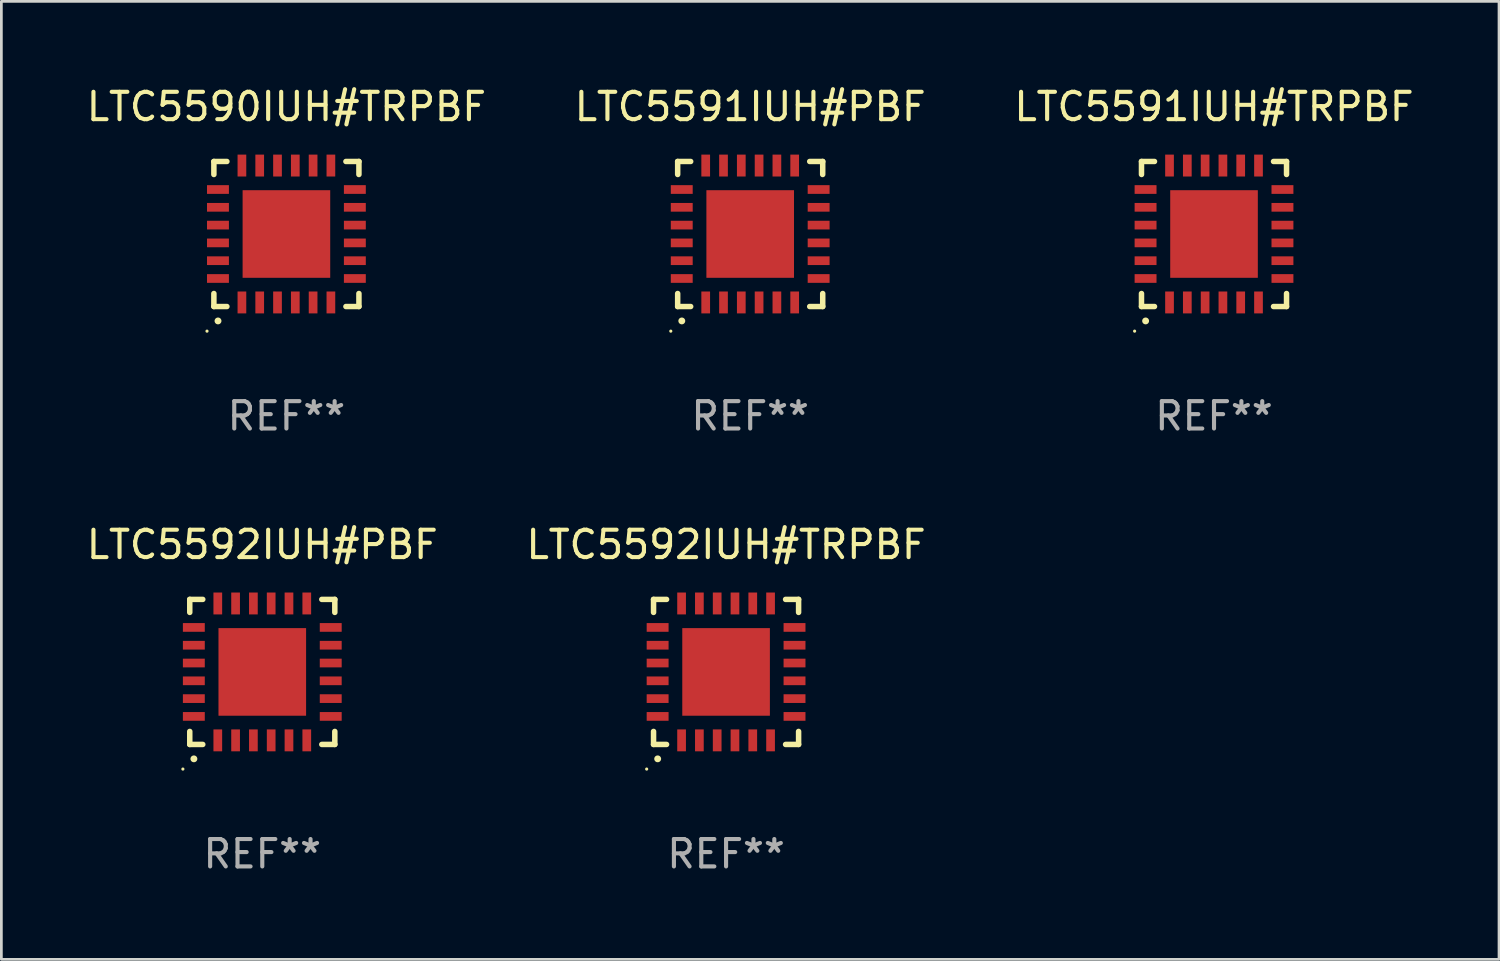
<source format=kicad_pcb>
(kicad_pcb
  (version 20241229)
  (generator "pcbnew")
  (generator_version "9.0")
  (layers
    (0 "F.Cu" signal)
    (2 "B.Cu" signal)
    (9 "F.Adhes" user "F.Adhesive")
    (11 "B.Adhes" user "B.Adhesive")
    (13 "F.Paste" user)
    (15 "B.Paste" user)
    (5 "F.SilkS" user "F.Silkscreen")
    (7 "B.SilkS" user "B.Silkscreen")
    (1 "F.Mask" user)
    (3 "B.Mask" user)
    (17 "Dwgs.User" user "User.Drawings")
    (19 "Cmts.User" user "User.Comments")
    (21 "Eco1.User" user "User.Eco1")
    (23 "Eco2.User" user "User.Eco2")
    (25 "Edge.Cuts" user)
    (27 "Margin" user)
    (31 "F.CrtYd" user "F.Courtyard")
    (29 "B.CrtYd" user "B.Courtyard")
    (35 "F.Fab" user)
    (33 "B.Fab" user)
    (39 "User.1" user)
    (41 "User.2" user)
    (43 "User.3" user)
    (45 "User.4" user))
  (footprint "LTC5591IUH#TRPBF"
    (layer "F.Cu")
    (at 41.292 5.497)
    (property "Reference" "LTC5591IUH#TRPBF" (at 0 -4.649 0) (layer "F.SilkS") (effects (font (size 1 1) (thickness 0.15))))
    (attr through_hole)
    (fp_line (start -2.649 -2.649) (end -2.649 -2.174) (stroke (width 0.201) (type solid)) (layer "F.SilkS"))
    (fp_line (start -2.649 2.649) (end -2.649 2.174) (stroke (width 0.201) (type solid)) (layer "F.SilkS"))
    (fp_line (start -2.174 -2.649) (end -2.649 -2.649) (stroke (width 0.201) (type solid)) (layer "F.SilkS"))
    (fp_line (start -2.174 2.649) (end -2.649 2.649) (stroke (width 0.201) (type solid)) (layer "F.SilkS"))
    (fp_line (start 2.649 -2.649) (end 2.174 -2.649) (stroke (width 0.201) (type solid)) (layer "F.SilkS"))
    (fp_line (start 2.649 -2.174) (end 2.649 -2.649) (stroke (width 0.201) (type solid)) (layer "F.SilkS"))
    (fp_line (start 2.649 2.174) (end 2.649 2.649) (stroke (width 0.201) (type solid)) (layer "F.SilkS"))
    (fp_line (start 2.649 2.649) (end 2.174 2.649) (stroke (width 0.201) (type solid)) (layer "F.SilkS"))
    (fp_arc (start -2.499365 3.175006) (mid -2.498095 3.175) (end -2.496825 3.175006) (stroke (width 0.24892) (type solid)) (layer "F.SilkS"))
    (fp_circle (center -2.9 3.548) (end -2.87 3.548) (stroke (width 0.06) (type solid)) (fill no) (layer "F.SilkS"))
    (fp_text user "REF**" (at 0 6.649 0) (layer "F.Fab") (effects (font (size 1 1) (thickness 0.15))))
    (pad "1" smd rect (at -1.625 2.5 180) (size 0.318 0.8) (layers "F.Cu" "F.Mask" "F.Paste"))
    (pad "2" smd rect (at -0.975 2.5 180) (size 0.318 0.8) (layers "F.Cu" "F.Mask" "F.Paste"))
    (pad "3" smd rect (at -0.325 2.5 180) (size 0.318 0.8) (layers "F.Cu" "F.Mask" "F.Paste"))
    (pad "4" smd rect (at 0.325 2.5 180) (size 0.318 0.8) (layers "F.Cu" "F.Mask" "F.Paste"))
    (pad "5" smd rect (at 0.975 2.5 180) (size 0.318 0.8) (layers "F.Cu" "F.Mask" "F.Paste"))
    (pad "6" smd rect (at 1.625 2.5 180) (size 0.318 0.8) (layers "F.Cu" "F.Mask" "F.Paste"))
    (pad "7" smd rect (at 2.5 1.625 90) (size 0.318 0.8) (layers "F.Cu" "F.Mask" "F.Paste"))
    (pad "8" smd rect (at 2.5 0.975 90) (size 0.318 0.8) (layers "F.Cu" "F.Mask" "F.Paste"))
    (pad "9" smd rect (at 2.5 0.325 90) (size 0.318 0.8) (layers "F.Cu" "F.Mask" "F.Paste"))
    (pad "10" smd rect (at 2.5 -0.325 90) (size 0.318 0.8) (layers "F.Cu" "F.Mask" "F.Paste"))
    (pad "11" smd rect (at 2.5 -0.975 90) (size 0.318 0.8) (layers "F.Cu" "F.Mask" "F.Paste"))
    (pad "12" smd rect (at 2.5 -1.625 90) (size 0.318 0.8) (layers "F.Cu" "F.Mask" "F.Paste"))
    (pad "13" smd rect (at 1.625 -2.5 180) (size 0.318 0.8) (layers "F.Cu" "F.Mask" "F.Paste"))
    (pad "14" smd rect (at 0.975 -2.5 180) (size 0.318 0.8) (layers "F.Cu" "F.Mask" "F.Paste"))
    (pad "15" smd rect (at 0.325 -2.5 180) (size 0.318 0.8) (layers "F.Cu" "F.Mask" "F.Paste"))
    (pad "16" smd rect (at -0.325 -2.5 180) (size 0.318 0.8) (layers "F.Cu" "F.Mask" "F.Paste"))
    (pad "17" smd rect (at -0.975 -2.5 180) (size 0.318 0.8) (layers "F.Cu" "F.Mask" "F.Paste"))
    (pad "18" smd rect (at -1.625 -2.5 180) (size 0.318 0.8) (layers "F.Cu" "F.Mask" "F.Paste"))
    (pad "19" smd rect (at -2.5 -1.625 90) (size 0.318 0.8) (layers "F.Cu" "F.Mask" "F.Paste"))
    (pad "20" smd rect (at -2.5 -0.975 90) (size 0.318 0.8) (layers "F.Cu" "F.Mask" "F.Paste"))
    (pad "21" smd rect (at -2.5 -0.325 90) (size 0.318 0.8) (layers "F.Cu" "F.Mask" "F.Paste"))
    (pad "22" smd rect (at -2.5 0.325 90) (size 0.318 0.8) (layers "F.Cu" "F.Mask" "F.Paste"))
    (pad "23" smd rect (at -2.5 0.975 90) (size 0.318 0.8) (layers "F.Cu" "F.Mask" "F.Paste"))
    (pad "24" smd rect (at -2.5 1.625 90) (size 0.318 0.8) (layers "F.Cu" "F.Mask" "F.Paste"))
    (pad "25" smd rect (at 0.000229 0.000025 90) (size 3.2 3.2) (layers "F.Cu" "F.Mask" "F.Paste")))
  (footprint "LTC5592IUH#TRPBF"
    (layer "F.Cu")
    (at 23.47 21.492)
    (property "Reference" "LTC5592IUH#TRPBF" (at 0 -4.649 0) (layer "F.SilkS") (effects (font (size 1 1) (thickness 0.15))))
    (attr through_hole)
    (fp_line (start -2.649 -2.649) (end -2.649 -2.174) (stroke (width 0.201) (type solid)) (layer "F.SilkS"))
    (fp_line (start -2.649 2.649) (end -2.649 2.174) (stroke (width 0.201) (type solid)) (layer "F.SilkS"))
    (fp_line (start -2.174 -2.649) (end -2.649 -2.649) (stroke (width 0.201) (type solid)) (layer "F.SilkS"))
    (fp_line (start -2.174 2.649) (end -2.649 2.649) (stroke (width 0.201) (type solid)) (layer "F.SilkS"))
    (fp_line (start 2.649 -2.649) (end 2.174 -2.649) (stroke (width 0.201) (type solid)) (layer "F.SilkS"))
    (fp_line (start 2.649 -2.174) (end 2.649 -2.649) (stroke (width 0.201) (type solid)) (layer "F.SilkS"))
    (fp_line (start 2.649 2.174) (end 2.649 2.649) (stroke (width 0.201) (type solid)) (layer "F.SilkS"))
    (fp_line (start 2.649 2.649) (end 2.174 2.649) (stroke (width 0.201) (type solid)) (layer "F.SilkS"))
    (fp_arc (start -2.499365 3.175006) (mid -2.498095 3.175) (end -2.496825 3.175006) (stroke (width 0.24892) (type solid)) (layer "F.SilkS"))
    (fp_circle (center -2.9 3.548) (end -2.87 3.548) (stroke (width 0.06) (type solid)) (fill no) (layer "F.SilkS"))
    (fp_text user "REF**" (at 0 6.649 0) (layer "F.Fab") (effects (font (size 1 1) (thickness 0.15))))
    (pad "1" smd rect (at -1.625 2.5 180) (size 0.318 0.8) (layers "F.Cu" "F.Mask" "F.Paste"))
    (pad "2" smd rect (at -0.975 2.5 180) (size 0.318 0.8) (layers "F.Cu" "F.Mask" "F.Paste"))
    (pad "3" smd rect (at -0.325 2.5 180) (size 0.318 0.8) (layers "F.Cu" "F.Mask" "F.Paste"))
    (pad "4" smd rect (at 0.325 2.5 180) (size 0.318 0.8) (layers "F.Cu" "F.Mask" "F.Paste"))
    (pad "5" smd rect (at 0.975 2.5 180) (size 0.318 0.8) (layers "F.Cu" "F.Mask" "F.Paste"))
    (pad "6" smd rect (at 1.625 2.5 180) (size 0.318 0.8) (layers "F.Cu" "F.Mask" "F.Paste"))
    (pad "7" smd rect (at 2.5 1.625 90) (size 0.318 0.8) (layers "F.Cu" "F.Mask" "F.Paste"))
    (pad "8" smd rect (at 2.5 0.975 90) (size 0.318 0.8) (layers "F.Cu" "F.Mask" "F.Paste"))
    (pad "9" smd rect (at 2.5 0.325 90) (size 0.318 0.8) (layers "F.Cu" "F.Mask" "F.Paste"))
    (pad "10" smd rect (at 2.5 -0.325 90) (size 0.318 0.8) (layers "F.Cu" "F.Mask" "F.Paste"))
    (pad "11" smd rect (at 2.5 -0.975 90) (size 0.318 0.8) (layers "F.Cu" "F.Mask" "F.Paste"))
    (pad "12" smd rect (at 2.5 -1.625 90) (size 0.318 0.8) (layers "F.Cu" "F.Mask" "F.Paste"))
    (pad "13" smd rect (at 1.625 -2.5 180) (size 0.318 0.8) (layers "F.Cu" "F.Mask" "F.Paste"))
    (pad "14" smd rect (at 0.975 -2.5 180) (size 0.318 0.8) (layers "F.Cu" "F.Mask" "F.Paste"))
    (pad "15" smd rect (at 0.325 -2.5 180) (size 0.318 0.8) (layers "F.Cu" "F.Mask" "F.Paste"))
    (pad "16" smd rect (at -0.325 -2.5 180) (size 0.318 0.8) (layers "F.Cu" "F.Mask" "F.Paste"))
    (pad "17" smd rect (at -0.975 -2.5 180) (size 0.318 0.8) (layers "F.Cu" "F.Mask" "F.Paste"))
    (pad "18" smd rect (at -1.625 -2.5 180) (size 0.318 0.8) (layers "F.Cu" "F.Mask" "F.Paste"))
    (pad "19" smd rect (at -2.5 -1.625 90) (size 0.318 0.8) (layers "F.Cu" "F.Mask" "F.Paste"))
    (pad "20" smd rect (at -2.5 -0.975 90) (size 0.318 0.8) (layers "F.Cu" "F.Mask" "F.Paste"))
    (pad "21" smd rect (at -2.5 -0.325 90) (size 0.318 0.8) (layers "F.Cu" "F.Mask" "F.Paste"))
    (pad "22" smd rect (at -2.5 0.325 90) (size 0.318 0.8) (layers "F.Cu" "F.Mask" "F.Paste"))
    (pad "23" smd rect (at -2.5 0.975 90) (size 0.318 0.8) (layers "F.Cu" "F.Mask" "F.Paste"))
    (pad "24" smd rect (at -2.5 1.625 90) (size 0.318 0.8) (layers "F.Cu" "F.Mask" "F.Paste"))
    (pad "25" smd rect (at 0.000229 0.000025 90) (size 3.2 3.2) (layers "F.Cu" "F.Mask" "F.Paste")))
  (footprint "LTC5591IUH#PBF"
    (layer "F.Cu")
    (at 24.351 5.497)
    (property "Reference" "LTC5591IUH#PBF" (at 0 -4.649 0) (layer "F.SilkS") (effects (font (size 1 1) (thickness 0.15))))
    (attr through_hole)
    (fp_line (start -2.649 -2.649) (end -2.649 -2.174) (stroke (width 0.201) (type solid)) (layer "F.SilkS"))
    (fp_line (start -2.649 2.649) (end -2.649 2.174) (stroke (width 0.201) (type solid)) (layer "F.SilkS"))
    (fp_line (start -2.174 -2.649) (end -2.649 -2.649) (stroke (width 0.201) (type solid)) (layer "F.SilkS"))
    (fp_line (start -2.174 2.649) (end -2.649 2.649) (stroke (width 0.201) (type solid)) (layer "F.SilkS"))
    (fp_line (start 2.649 -2.649) (end 2.174 -2.649) (stroke (width 0.201) (type solid)) (layer "F.SilkS"))
    (fp_line (start 2.649 -2.174) (end 2.649 -2.649) (stroke (width 0.201) (type solid)) (layer "F.SilkS"))
    (fp_line (start 2.649 2.174) (end 2.649 2.649) (stroke (width 0.201) (type solid)) (layer "F.SilkS"))
    (fp_line (start 2.649 2.649) (end 2.174 2.649) (stroke (width 0.201) (type solid)) (layer "F.SilkS"))
    (fp_arc (start -2.499365 3.175006) (mid -2.498095 3.175) (end -2.496825 3.175006) (stroke (width 0.24892) (type solid)) (layer "F.SilkS"))
    (fp_circle (center -2.9 3.548) (end -2.87 3.548) (stroke (width 0.06) (type solid)) (fill no) (layer "F.SilkS"))
    (fp_text user "REF**" (at 0 6.649 0) (layer "F.Fab") (effects (font (size 1 1) (thickness 0.15))))
    (pad "1" smd rect (at -1.625 2.5 180) (size 0.318 0.8) (layers "F.Cu" "F.Mask" "F.Paste"))
    (pad "2" smd rect (at -0.975 2.5 180) (size 0.318 0.8) (layers "F.Cu" "F.Mask" "F.Paste"))
    (pad "3" smd rect (at -0.325 2.5 180) (size 0.318 0.8) (layers "F.Cu" "F.Mask" "F.Paste"))
    (pad "4" smd rect (at 0.325 2.5 180) (size 0.318 0.8) (layers "F.Cu" "F.Mask" "F.Paste"))
    (pad "5" smd rect (at 0.975 2.5 180) (size 0.318 0.8) (layers "F.Cu" "F.Mask" "F.Paste"))
    (pad "6" smd rect (at 1.625 2.5 180) (size 0.318 0.8) (layers "F.Cu" "F.Mask" "F.Paste"))
    (pad "7" smd rect (at 2.5 1.625 90) (size 0.318 0.8) (layers "F.Cu" "F.Mask" "F.Paste"))
    (pad "8" smd rect (at 2.5 0.975 90) (size 0.318 0.8) (layers "F.Cu" "F.Mask" "F.Paste"))
    (pad "9" smd rect (at 2.5 0.325 90) (size 0.318 0.8) (layers "F.Cu" "F.Mask" "F.Paste"))
    (pad "10" smd rect (at 2.5 -0.325 90) (size 0.318 0.8) (layers "F.Cu" "F.Mask" "F.Paste"))
    (pad "11" smd rect (at 2.5 -0.975 90) (size 0.318 0.8) (layers "F.Cu" "F.Mask" "F.Paste"))
    (pad "12" smd rect (at 2.5 -1.625 90) (size 0.318 0.8) (layers "F.Cu" "F.Mask" "F.Paste"))
    (pad "13" smd rect (at 1.625 -2.5 180) (size 0.318 0.8) (layers "F.Cu" "F.Mask" "F.Paste"))
    (pad "14" smd rect (at 0.975 -2.5 180) (size 0.318 0.8) (layers "F.Cu" "F.Mask" "F.Paste"))
    (pad "15" smd rect (at 0.325 -2.5 180) (size 0.318 0.8) (layers "F.Cu" "F.Mask" "F.Paste"))
    (pad "16" smd rect (at -0.325 -2.5 180) (size 0.318 0.8) (layers "F.Cu" "F.Mask" "F.Paste"))
    (pad "17" smd rect (at -0.975 -2.5 180) (size 0.318 0.8) (layers "F.Cu" "F.Mask" "F.Paste"))
    (pad "18" smd rect (at -1.625 -2.5 180) (size 0.318 0.8) (layers "F.Cu" "F.Mask" "F.Paste"))
    (pad "19" smd rect (at -2.5 -1.625 90) (size 0.318 0.8) (layers "F.Cu" "F.Mask" "F.Paste"))
    (pad "20" smd rect (at -2.5 -0.975 90) (size 0.318 0.8) (layers "F.Cu" "F.Mask" "F.Paste"))
    (pad "21" smd rect (at -2.5 -0.325 90) (size 0.318 0.8) (layers "F.Cu" "F.Mask" "F.Paste"))
    (pad "22" smd rect (at -2.5 0.325 90) (size 0.318 0.8) (layers "F.Cu" "F.Mask" "F.Paste"))
    (pad "23" smd rect (at -2.5 0.975 90) (size 0.318 0.8) (layers "F.Cu" "F.Mask" "F.Paste"))
    (pad "24" smd rect (at -2.5 1.625 90) (size 0.318 0.8) (layers "F.Cu" "F.Mask" "F.Paste"))
    (pad "25" smd rect (at 0.000229 0.000025 90) (size 3.2 3.2) (layers "F.Cu" "F.Mask" "F.Paste")))
  (footprint "LTC5590IUH#TRPBF"
    (layer "F.Cu")
    (at 7.411 5.497)
    (property "Reference" "LTC5590IUH#TRPBF" (at 0 -4.649 0) (layer "F.SilkS") (effects (font (size 1 1) (thickness 0.15))))
    (attr through_hole)
    (fp_line (start -2.649 -2.649) (end -2.649 -2.174) (stroke (width 0.201) (type solid)) (layer "F.SilkS"))
    (fp_line (start -2.649 2.649) (end -2.649 2.174) (stroke (width 0.201) (type solid)) (layer "F.SilkS"))
    (fp_line (start -2.174 -2.649) (end -2.649 -2.649) (stroke (width 0.201) (type solid)) (layer "F.SilkS"))
    (fp_line (start -2.174 2.649) (end -2.649 2.649) (stroke (width 0.201) (type solid)) (layer "F.SilkS"))
    (fp_line (start 2.649 -2.649) (end 2.174 -2.649) (stroke (width 0.201) (type solid)) (layer "F.SilkS"))
    (fp_line (start 2.649 -2.174) (end 2.649 -2.649) (stroke (width 0.201) (type solid)) (layer "F.SilkS"))
    (fp_line (start 2.649 2.174) (end 2.649 2.649) (stroke (width 0.201) (type solid)) (layer "F.SilkS"))
    (fp_line (start 2.649 2.649) (end 2.174 2.649) (stroke (width 0.201) (type solid)) (layer "F.SilkS"))
    (fp_arc (start -2.499365 3.175006) (mid -2.498095 3.175) (end -2.496825 3.175006) (stroke (width 0.24892) (type solid)) (layer "F.SilkS"))
    (fp_circle (center -2.9 3.548) (end -2.87 3.548) (stroke (width 0.06) (type solid)) (fill no) (layer "F.SilkS"))
    (fp_text user "REF**" (at 0 6.649 0) (layer "F.Fab") (effects (font (size 1 1) (thickness 0.15))))
    (pad "1" smd rect (at -1.625 2.5 180) (size 0.318 0.8) (layers "F.Cu" "F.Mask" "F.Paste"))
    (pad "2" smd rect (at -0.975 2.5 180) (size 0.318 0.8) (layers "F.Cu" "F.Mask" "F.Paste"))
    (pad "3" smd rect (at -0.325 2.5 180) (size 0.318 0.8) (layers "F.Cu" "F.Mask" "F.Paste"))
    (pad "4" smd rect (at 0.325 2.5 180) (size 0.318 0.8) (layers "F.Cu" "F.Mask" "F.Paste"))
    (pad "5" smd rect (at 0.975 2.5 180) (size 0.318 0.8) (layers "F.Cu" "F.Mask" "F.Paste"))
    (pad "6" smd rect (at 1.625 2.5 180) (size 0.318 0.8) (layers "F.Cu" "F.Mask" "F.Paste"))
    (pad "7" smd rect (at 2.5 1.625 90) (size 0.318 0.8) (layers "F.Cu" "F.Mask" "F.Paste"))
    (pad "8" smd rect (at 2.5 0.975 90) (size 0.318 0.8) (layers "F.Cu" "F.Mask" "F.Paste"))
    (pad "9" smd rect (at 2.5 0.325 90) (size 0.318 0.8) (layers "F.Cu" "F.Mask" "F.Paste"))
    (pad "10" smd rect (at 2.5 -0.325 90) (size 0.318 0.8) (layers "F.Cu" "F.Mask" "F.Paste"))
    (pad "11" smd rect (at 2.5 -0.975 90) (size 0.318 0.8) (layers "F.Cu" "F.Mask" "F.Paste"))
    (pad "12" smd rect (at 2.5 -1.625 90) (size 0.318 0.8) (layers "F.Cu" "F.Mask" "F.Paste"))
    (pad "13" smd rect (at 1.625 -2.5 180) (size 0.318 0.8) (layers "F.Cu" "F.Mask" "F.Paste"))
    (pad "14" smd rect (at 0.975 -2.5 180) (size 0.318 0.8) (layers "F.Cu" "F.Mask" "F.Paste"))
    (pad "15" smd rect (at 0.325 -2.5 180) (size 0.318 0.8) (layers "F.Cu" "F.Mask" "F.Paste"))
    (pad "16" smd rect (at -0.325 -2.5 180) (size 0.318 0.8) (layers "F.Cu" "F.Mask" "F.Paste"))
    (pad "17" smd rect (at -0.975 -2.5 180) (size 0.318 0.8) (layers "F.Cu" "F.Mask" "F.Paste"))
    (pad "18" smd rect (at -1.625 -2.5 180) (size 0.318 0.8) (layers "F.Cu" "F.Mask" "F.Paste"))
    (pad "19" smd rect (at -2.5 -1.625 90) (size 0.318 0.8) (layers "F.Cu" "F.Mask" "F.Paste"))
    (pad "20" smd rect (at -2.5 -0.975 90) (size 0.318 0.8) (layers "F.Cu" "F.Mask" "F.Paste"))
    (pad "21" smd rect (at -2.5 -0.325 90) (size 0.318 0.8) (layers "F.Cu" "F.Mask" "F.Paste"))
    (pad "22" smd rect (at -2.5 0.325 90) (size 0.318 0.8) (layers "F.Cu" "F.Mask" "F.Paste"))
    (pad "23" smd rect (at -2.5 0.975 90) (size 0.318 0.8) (layers "F.Cu" "F.Mask" "F.Paste"))
    (pad "24" smd rect (at -2.5 1.625 90) (size 0.318 0.8) (layers "F.Cu" "F.Mask" "F.Paste"))
    (pad "25" smd rect (at 0.000229 0.000025 90) (size 3.2 3.2) (layers "F.Cu" "F.Mask" "F.Paste")))
  (footprint "LTC5592IUH#PBF"
    (layer "F.Cu")
    (at 6.53 21.492)
    (property "Reference" "LTC5592IUH#PBF" (at 0 -4.649 0) (layer "F.SilkS") (effects (font (size 1 1) (thickness 0.15))))
    (attr through_hole)
    (fp_line (start -2.649 -2.649) (end -2.649 -2.174) (stroke (width 0.201) (type solid)) (layer "F.SilkS"))
    (fp_line (start -2.649 2.649) (end -2.649 2.174) (stroke (width 0.201) (type solid)) (layer "F.SilkS"))
    (fp_line (start -2.174 -2.649) (end -2.649 -2.649) (stroke (width 0.201) (type solid)) (layer "F.SilkS"))
    (fp_line (start -2.174 2.649) (end -2.649 2.649) (stroke (width 0.201) (type solid)) (layer "F.SilkS"))
    (fp_line (start 2.649 -2.649) (end 2.174 -2.649) (stroke (width 0.201) (type solid)) (layer "F.SilkS"))
    (fp_line (start 2.649 -2.174) (end 2.649 -2.649) (stroke (width 0.201) (type solid)) (layer "F.SilkS"))
    (fp_line (start 2.649 2.174) (end 2.649 2.649) (stroke (width 0.201) (type solid)) (layer "F.SilkS"))
    (fp_line (start 2.649 2.649) (end 2.174 2.649) (stroke (width 0.201) (type solid)) (layer "F.SilkS"))
    (fp_arc (start -2.499365 3.175006) (mid -2.498095 3.175) (end -2.496825 3.175006) (stroke (width 0.24892) (type solid)) (layer "F.SilkS"))
    (fp_circle (center -2.9 3.548) (end -2.87 3.548) (stroke (width 0.06) (type solid)) (fill no) (layer "F.SilkS"))
    (fp_text user "REF**" (at 0 6.649 0) (layer "F.Fab") (effects (font (size 1 1) (thickness 0.15))))
    (pad "1" smd rect (at -1.625 2.5 180) (size 0.318 0.8) (layers "F.Cu" "F.Mask" "F.Paste"))
    (pad "2" smd rect (at -0.975 2.5 180) (size 0.318 0.8) (layers "F.Cu" "F.Mask" "F.Paste"))
    (pad "3" smd rect (at -0.325 2.5 180) (size 0.318 0.8) (layers "F.Cu" "F.Mask" "F.Paste"))
    (pad "4" smd rect (at 0.325 2.5 180) (size 0.318 0.8) (layers "F.Cu" "F.Mask" "F.Paste"))
    (pad "5" smd rect (at 0.975 2.5 180) (size 0.318 0.8) (layers "F.Cu" "F.Mask" "F.Paste"))
    (pad "6" smd rect (at 1.625 2.5 180) (size 0.318 0.8) (layers "F.Cu" "F.Mask" "F.Paste"))
    (pad "7" smd rect (at 2.5 1.625 90) (size 0.318 0.8) (layers "F.Cu" "F.Mask" "F.Paste"))
    (pad "8" smd rect (at 2.5 0.975 90) (size 0.318 0.8) (layers "F.Cu" "F.Mask" "F.Paste"))
    (pad "9" smd rect (at 2.5 0.325 90) (size 0.318 0.8) (layers "F.Cu" "F.Mask" "F.Paste"))
    (pad "10" smd rect (at 2.5 -0.325 90) (size 0.318 0.8) (layers "F.Cu" "F.Mask" "F.Paste"))
    (pad "11" smd rect (at 2.5 -0.975 90) (size 0.318 0.8) (layers "F.Cu" "F.Mask" "F.Paste"))
    (pad "12" smd rect (at 2.5 -1.625 90) (size 0.318 0.8) (layers "F.Cu" "F.Mask" "F.Paste"))
    (pad "13" smd rect (at 1.625 -2.5 180) (size 0.318 0.8) (layers "F.Cu" "F.Mask" "F.Paste"))
    (pad "14" smd rect (at 0.975 -2.5 180) (size 0.318 0.8) (layers "F.Cu" "F.Mask" "F.Paste"))
    (pad "15" smd rect (at 0.325 -2.5 180) (size 0.318 0.8) (layers "F.Cu" "F.Mask" "F.Paste"))
    (pad "16" smd rect (at -0.325 -2.5 180) (size 0.318 0.8) (layers "F.Cu" "F.Mask" "F.Paste"))
    (pad "17" smd rect (at -0.975 -2.5 180) (size 0.318 0.8) (layers "F.Cu" "F.Mask" "F.Paste"))
    (pad "18" smd rect (at -1.625 -2.5 180) (size 0.318 0.8) (layers "F.Cu" "F.Mask" "F.Paste"))
    (pad "19" smd rect (at -2.5 -1.625 90) (size 0.318 0.8) (layers "F.Cu" "F.Mask" "F.Paste"))
    (pad "20" smd rect (at -2.5 -0.975 90) (size 0.318 0.8) (layers "F.Cu" "F.Mask" "F.Paste"))
    (pad "21" smd rect (at -2.5 -0.325 90) (size 0.318 0.8) (layers "F.Cu" "F.Mask" "F.Paste"))
    (pad "22" smd rect (at -2.5 0.325 90) (size 0.318 0.8) (layers "F.Cu" "F.Mask" "F.Paste"))
    (pad "23" smd rect (at -2.5 0.975 90) (size 0.318 0.8) (layers "F.Cu" "F.Mask" "F.Paste"))
    (pad "24" smd rect (at -2.5 1.625 90) (size 0.318 0.8) (layers "F.Cu" "F.Mask" "F.Paste"))
    (pad "25" smd rect (at 0.000229 0.000025 90) (size 3.2 3.2) (layers "F.Cu" "F.Mask" "F.Paste")))
  (gr_rect
    (start -3 -3)
    (end 51.702 31.99)
    (stroke (width 0.1) (type default))
    (fill no)
    (layer "Edge.Cuts")))
</source>
